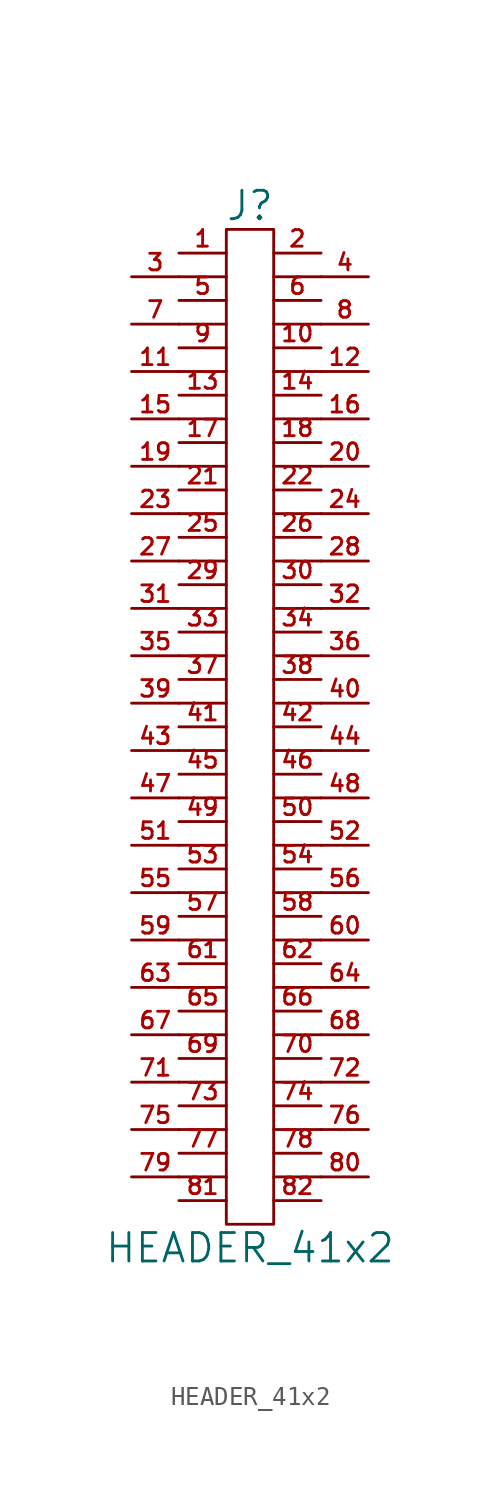
<source format=kicad_sym>
(kicad_symbol_lib
  (version 20201005)
  (generator kicad_symbol_editor)
  (symbol "HEADER_41x2"
    (pin_names
      (offset 0))
    (property "Reference" "J"
      (at 0 27.94 0)
      (effects (font (size 1.524 1.524))))
    (property "Value" "HEADER_41x2"
      (at 0 -27.94 0)
      (effects (font (size 1.524 1.524))))
    (property "Footprint" ""
      (at 0 1.27 0)
      (effects (font (size 1.524 1.524))))
    (property "Datasheet" ""
      (at 0 1.27 0)
      (effects (font (size 1.524 1.524))))
    (symbol "HEADER_41x2_0_1"
      (rectangle (start 1.27 -26.67) (end -1.27 26.67) (stroke (width 0)) (fill (type none)))
      (polyline (pts (xy -3.81 -24.13) (xy -1.27 -24.13)) (stroke (width 0)) (fill (type none)))
      (polyline (pts (xy -3.81 -21.59) (xy -1.27 -21.59)) (stroke (width 0)) (fill (type none)))
      (polyline (pts (xy -3.81 -19.05) (xy -1.27 -19.05)) (stroke (width 0)) (fill (type none)))
      (polyline (pts (xy -3.81 -16.51) (xy -1.27 -16.51)) (stroke (width 0)) (fill (type none)))
      (polyline (pts (xy -3.81 -13.97) (xy -1.27 -13.97)) (stroke (width 0)) (fill (type none)))
      (polyline (pts (xy -3.81 -11.43) (xy -1.27 -11.43)) (stroke (width 0)) (fill (type none)))
      (polyline (pts (xy -3.81 -8.89) (xy -1.27 -8.89)) (stroke (width 0)) (fill (type none)))
      (polyline (pts (xy -3.81 -6.35) (xy -1.27 -6.35)) (stroke (width 0)) (fill (type none)))
      (polyline (pts (xy -3.81 -3.81) (xy -1.27 -3.81)) (stroke (width 0)) (fill (type none)))
      (polyline (pts (xy -3.81 -1.27) (xy -1.27 -1.27)) (stroke (width 0)) (fill (type none)))
      (polyline (pts (xy -3.81 1.27) (xy -1.27 1.27)) (stroke (width 0)) (fill (type none)))
      (polyline (pts (xy -3.81 3.81) (xy -1.27 3.81)) (stroke (width 0)) (fill (type none)))
      (polyline (pts (xy -3.81 6.35) (xy -1.27 6.35)) (stroke (width 0)) (fill (type none)))
      (polyline (pts (xy -3.81 8.89) (xy -1.27 8.89)) (stroke (width 0)) (fill (type none)))
      (polyline (pts (xy -3.81 11.43) (xy -1.27 11.43)) (stroke (width 0)) (fill (type none)))
      (polyline (pts (xy -3.81 13.97) (xy -1.27 13.97)) (stroke (width 0)) (fill (type none)))
      (polyline (pts (xy -3.81 16.51) (xy -1.27 16.51)) (stroke (width 0)) (fill (type none)))
      (polyline (pts (xy -3.81 19.05) (xy -1.27 19.05)) (stroke (width 0)) (fill (type none)))
      (polyline (pts (xy -3.81 21.59) (xy -1.27 21.59)) (stroke (width 0)) (fill (type none)))
      (polyline (pts (xy -3.81 24.13) (xy -1.27 24.13)) (stroke (width 0)) (fill (type none)))
      (polyline (pts (xy 1.27 -24.13) (xy 3.81 -24.13)) (stroke (width 0)) (fill (type none)))
      (polyline (pts (xy 1.27 -21.59) (xy 3.81 -21.59)) (stroke (width 0)) (fill (type none)))
      (polyline (pts (xy 1.27 -19.05) (xy 3.81 -19.05)) (stroke (width 0)) (fill (type none)))
      (polyline (pts (xy 1.27 -16.51) (xy 3.81 -16.51)) (stroke (width 0)) (fill (type none)))
      (polyline (pts (xy 1.27 -13.97) (xy 3.81 -13.97)) (stroke (width 0)) (fill (type none)))
      (polyline (pts (xy 1.27 -11.43) (xy 3.81 -11.43)) (stroke (width 0)) (fill (type none)))
      (polyline (pts (xy 1.27 -8.89) (xy 3.81 -8.89)) (stroke (width 0)) (fill (type none)))
      (polyline (pts (xy 1.27 -6.35) (xy 3.81 -6.35)) (stroke (width 0)) (fill (type none)))
      (polyline (pts (xy 1.27 -3.81) (xy 3.81 -3.81)) (stroke (width 0)) (fill (type none)))
      (polyline (pts (xy 1.27 -1.27) (xy 3.81 -1.27)) (stroke (width 0)) (fill (type none)))
      (polyline (pts (xy 1.27 1.27) (xy 3.81 1.27)) (stroke (width 0)) (fill (type none)))
      (polyline (pts (xy 1.27 3.81) (xy 3.81 3.81)) (stroke (width 0)) (fill (type none)))
      (polyline (pts (xy 1.27 6.35) (xy 3.81 6.35)) (stroke (width 0)) (fill (type none)))
      (polyline (pts (xy 1.27 8.89) (xy 3.81 8.89)) (stroke (width 0)) (fill (type none)))
      (polyline (pts (xy 1.27 11.43) (xy 3.81 11.43)) (stroke (width 0)) (fill (type none)))
      (polyline (pts (xy 1.27 13.97) (xy 3.81 13.97)) (stroke (width 0)) (fill (type none)))
      (polyline (pts (xy 1.27 16.51) (xy 3.81 16.51)) (stroke (width 0)) (fill (type none)))
      (polyline (pts (xy 1.27 19.05) (xy 3.81 19.05)) (stroke (width 0)) (fill (type none)))
      (polyline (pts (xy 1.27 21.59) (xy 3.81 21.59)) (stroke (width 0)) (fill (type none)))
      (polyline (pts (xy 1.27 24.13) (xy 3.81 24.13)) (stroke (width 0)) (fill (type none))))
    (symbol "HEADER_41x2_1_1"
      (pin passive line (at -3.81 25.4 0) (length 2.54) (name "~" (effects (font (size 1.27 1.27)))) (number "1" (effects (font (size 0.889 0.889)))))
      (pin passive line (at 3.81 20.32 180) (length 2.54) (name "~" (effects (font (size 1.27 1.27)))) (number "10" (effects (font (size 0.889 0.889)))))
      (pin passive line (at -6.35 19.05 0) (length 2.54) (name "~" (effects (font (size 1.27 1.27)))) (number "11" (effects (font (size 0.889 0.889)))))
      (pin passive line (at 6.35 19.05 180) (length 2.54) (name "~" (effects (font (size 1.27 1.27)))) (number "12" (effects (font (size 0.889 0.889)))))
      (pin passive line (at -3.81 17.78 0) (length 2.54) (name "~" (effects (font (size 1.27 1.27)))) (number "13" (effects (font (size 0.889 0.889)))))
      (pin passive line (at 3.81 17.78 180) (length 2.54) (name "~" (effects (font (size 1.27 1.27)))) (number "14" (effects (font (size 0.889 0.889)))))
      (pin passive line (at -6.35 16.51 0) (length 2.54) (name "~" (effects (font (size 1.27 1.27)))) (number "15" (effects (font (size 0.889 0.889)))))
      (pin passive line (at 6.35 16.51 180) (length 2.54) (name "~" (effects (font (size 1.27 1.27)))) (number "16" (effects (font (size 0.889 0.889)))))
      (pin passive line (at -3.81 15.24 0) (length 2.54) (name "~" (effects (font (size 1.27 1.27)))) (number "17" (effects (font (size 0.889 0.889)))))
      (pin passive line (at 3.81 15.24 180) (length 2.54) (name "~" (effects (font (size 1.27 1.27)))) (number "18" (effects (font (size 0.889 0.889)))))
      (pin passive line (at -6.35 13.97 0) (length 2.54) (name "~" (effects (font (size 1.27 1.27)))) (number "19" (effects (font (size 0.889 0.889)))))
      (pin passive line (at 3.81 25.4 180) (length 2.54) (name "~" (effects (font (size 1.27 1.27)))) (number "2" (effects (font (size 0.889 0.889)))))
      (pin passive line (at 6.35 13.97 180) (length 2.54) (name "~" (effects (font (size 1.27 1.27)))) (number "20" (effects (font (size 0.889 0.889)))))
      (pin passive line (at -3.81 12.7 0) (length 2.54) (name "~" (effects (font (size 1.27 1.27)))) (number "21" (effects (font (size 0.889 0.889)))))
      (pin passive line (at 3.81 12.7 180) (length 2.54) (name "~" (effects (font (size 1.27 1.27)))) (number "22" (effects (font (size 0.889 0.889)))))
      (pin passive line (at -6.35 11.43 0) (length 2.54) (name "~" (effects (font (size 1.27 1.27)))) (number "23" (effects (font (size 0.889 0.889)))))
      (pin passive line (at 6.35 11.43 180) (length 2.54) (name "~" (effects (font (size 1.27 1.27)))) (number "24" (effects (font (size 0.889 0.889)))))
      (pin passive line (at -3.81 10.16 0) (length 2.54) (name "~" (effects (font (size 1.27 1.27)))) (number "25" (effects (font (size 0.889 0.889)))))
      (pin passive line (at 3.81 10.16 180) (length 2.54) (name "~" (effects (font (size 1.27 1.27)))) (number "26" (effects (font (size 0.889 0.889)))))
      (pin passive line (at -6.35 8.89 0) (length 2.54) (name "~" (effects (font (size 1.27 1.27)))) (number "27" (effects (font (size 0.889 0.889)))))
      (pin passive line (at 6.35 8.89 180) (length 2.54) (name "~" (effects (font (size 1.27 1.27)))) (number "28" (effects (font (size 0.889 0.889)))))
      (pin passive line (at -3.81 7.62 0) (length 2.54) (name "~" (effects (font (size 1.27 1.27)))) (number "29" (effects (font (size 0.889 0.889)))))
      (pin passive line (at -6.35 24.13 0) (length 2.54) (name "~" (effects (font (size 1.27 1.27)))) (number "3" (effects (font (size 0.889 0.889)))))
      (pin passive line (at 3.81 7.62 180) (length 2.54) (name "~" (effects (font (size 1.27 1.27)))) (number "30" (effects (font (size 0.889 0.889)))))
      (pin passive line (at -6.35 6.35 0) (length 2.54) (name "~" (effects (font (size 1.27 1.27)))) (number "31" (effects (font (size 0.889 0.889)))))
      (pin passive line (at 6.35 6.35 180) (length 2.54) (name "~" (effects (font (size 1.27 1.27)))) (number "32" (effects (font (size 0.889 0.889)))))
      (pin passive line (at -3.81 5.08 0) (length 2.54) (name "~" (effects (font (size 1.27 1.27)))) (number "33" (effects (font (size 0.889 0.889)))))
      (pin passive line (at 3.81 5.08 180) (length 2.54) (name "~" (effects (font (size 1.27 1.27)))) (number "34" (effects (font (size 0.889 0.889)))))
      (pin passive line (at -6.35 3.81 0) (length 2.54) (name "~" (effects (font (size 1.27 1.27)))) (number "35" (effects (font (size 0.889 0.889)))))
      (pin passive line (at 6.35 3.81 180) (length 2.54) (name "~" (effects (font (size 1.27 1.27)))) (number "36" (effects (font (size 0.889 0.889)))))
      (pin passive line (at -3.81 2.54 0) (length 2.54) (name "~" (effects (font (size 0.889 0.889)))) (number "37" (effects (font (size 0.889 0.889)))))
      (pin passive line (at 3.81 2.54 180) (length 2.54) (name "~" (effects (font (size 1.27 1.27)))) (number "38" (effects (font (size 0.889 0.889)))))
      (pin passive line (at -6.35 1.27 0) (length 2.54) (name "~" (effects (font (size 1.27 1.27)))) (number "39" (effects (font (size 0.889 0.889)))))
      (pin passive line (at 6.35 24.13 180) (length 2.54) (name "~" (effects (font (size 1.27 1.27)))) (number "4" (effects (font (size 0.889 0.889)))))
      (pin passive line (at 6.35 1.27 180) (length 2.54) (name "~" (effects (font (size 1.27 1.27)))) (number "40" (effects (font (size 0.889 0.889)))))
      (pin passive line (at -3.81 0 0) (length 2.54) (name "~" (effects (font (size 1.27 1.27)))) (number "41" (effects (font (size 0.889 0.889)))))
      (pin passive line (at 3.81 0 180) (length 2.54) (name "~" (effects (font (size 1.27 1.27)))) (number "42" (effects (font (size 0.889 0.889)))))
      (pin passive line (at -6.35 -1.27 0) (length 2.54) (name "~" (effects (font (size 1.27 1.27)))) (number "43" (effects (font (size 0.889 0.889)))))
      (pin passive line (at 6.35 -1.27 180) (length 2.54) (name "~" (effects (font (size 1.27 1.27)))) (number "44" (effects (font (size 0.889 0.889)))))
      (pin passive line (at -3.81 -2.54 0) (length 2.54) (name "~" (effects (font (size 1.27 1.27)))) (number "45" (effects (font (size 0.889 0.889)))))
      (pin passive line (at 3.81 -2.54 180) (length 2.54) (name "~" (effects (font (size 1.27 1.27)))) (number "46" (effects (font (size 0.889 0.889)))))
      (pin passive line (at -6.35 -3.81 0) (length 2.54) (name "~" (effects (font (size 1.27 1.27)))) (number "47" (effects (font (size 0.889 0.889)))))
      (pin passive line (at 6.35 -3.81 180) (length 2.54) (name "~" (effects (font (size 1.27 1.27)))) (number "48" (effects (font (size 0.889 0.889)))))
      (pin passive line (at -3.81 -5.08 0) (length 2.54) (name "~" (effects (font (size 1.27 1.27)))) (number "49" (effects (font (size 0.889 0.889)))))
      (pin passive line (at -3.81 22.86 0) (length 2.54) (name "~" (effects (font (size 1.27 1.27)))) (number "5" (effects (font (size 0.889 0.889)))))
      (pin passive line (at 3.81 -5.08 180) (length 2.54) (name "~" (effects (font (size 1.27 1.27)))) (number "50" (effects (font (size 0.889 0.889)))))
      (pin passive line (at -6.35 -6.35 0) (length 2.54) (name "~" (effects (font (size 1.27 1.27)))) (number "51" (effects (font (size 0.889 0.889)))))
      (pin passive line (at 6.35 -6.35 180) (length 2.54) (name "~" (effects (font (size 1.27 1.27)))) (number "52" (effects (font (size 0.889 0.889)))))
      (pin passive line (at -3.81 -7.62 0) (length 2.54) (name "~" (effects (font (size 1.27 1.27)))) (number "53" (effects (font (size 0.889 0.889)))))
      (pin passive line (at 3.81 -7.62 180) (length 2.54) (name "~" (effects (font (size 1.27 1.27)))) (number "54" (effects (font (size 0.889 0.889)))))
      (pin passive line (at -6.35 -8.89 0) (length 2.54) (name "~" (effects (font (size 1.27 1.27)))) (number "55" (effects (font (size 0.889 0.889)))))
      (pin passive line (at 6.35 -8.89 180) (length 2.54) (name "~" (effects (font (size 1.27 1.27)))) (number "56" (effects (font (size 0.889 0.889)))))
      (pin passive line (at -3.81 -10.16 0) (length 2.54) (name "~" (effects (font (size 1.27 1.27)))) (number "57" (effects (font (size 0.889 0.889)))))
      (pin passive line (at 3.81 -10.16 180) (length 2.54) (name "~" (effects (font (size 1.27 1.27)))) (number "58" (effects (font (size 0.889 0.889)))))
      (pin passive line (at -6.35 -11.43 0) (length 2.54) (name "~" (effects (font (size 1.27 1.27)))) (number "59" (effects (font (size 0.889 0.889)))))
      (pin passive line (at 3.81 22.86 180) (length 2.54) (name "~" (effects (font (size 1.27 1.27)))) (number "6" (effects (font (size 0.889 0.889)))))
      (pin passive line (at 6.35 -11.43 180) (length 2.54) (name "~" (effects (font (size 1.27 1.27)))) (number "60" (effects (font (size 0.889 0.889)))))
      (pin passive line (at -3.81 -12.7 0) (length 2.54) (name "~" (effects (font (size 1.27 1.27)))) (number "61" (effects (font (size 0.889 0.889)))))
      (pin passive line (at 3.81 -12.7 180) (length 2.54) (name "~" (effects (font (size 1.27 1.27)))) (number "62" (effects (font (size 0.889 0.889)))))
      (pin passive line (at -6.35 -13.97 0) (length 2.54) (name "~" (effects (font (size 1.27 1.27)))) (number "63" (effects (font (size 0.889 0.889)))))
      (pin passive line (at 6.35 -13.97 180) (length 2.54) (name "~" (effects (font (size 1.27 1.27)))) (number "64" (effects (font (size 0.889 0.889)))))
      (pin passive line (at -3.81 -15.24 0) (length 2.54) (name "~" (effects (font (size 1.27 1.27)))) (number "65" (effects (font (size 0.889 0.889)))))
      (pin passive line (at 3.81 -15.24 180) (length 2.54) (name "~" (effects (font (size 1.27 1.27)))) (number "66" (effects (font (size 0.889 0.889)))))
      (pin passive line (at -6.35 -16.51 0) (length 2.54) (name "~" (effects (font (size 1.27 1.27)))) (number "67" (effects (font (size 0.889 0.889)))))
      (pin passive line (at 6.35 -16.51 180) (length 2.54) (name "~" (effects (font (size 1.27 1.27)))) (number "68" (effects (font (size 0.889 0.889)))))
      (pin passive line (at -3.81 -17.78 0) (length 2.54) (name "~" (effects (font (size 1.27 1.27)))) (number "69" (effects (font (size 0.889 0.889)))))
      (pin passive line (at -6.35 21.59 0) (length 2.54) (name "~" (effects (font (size 1.27 1.27)))) (number "7" (effects (font (size 0.889 0.889)))))
      (pin passive line (at 3.81 -17.78 180) (length 2.54) (name "~" (effects (font (size 1.27 1.27)))) (number "70" (effects (font (size 0.889 0.889)))))
      (pin passive line (at -6.35 -19.05 0) (length 2.54) (name "~" (effects (font (size 1.27 1.27)))) (number "71" (effects (font (size 0.889 0.889)))))
      (pin passive line (at 6.35 -19.05 180) (length 2.54) (name "~" (effects (font (size 1.27 1.27)))) (number "72" (effects (font (size 0.889 0.889)))))
      (pin passive line (at -3.81 -20.32 0) (length 2.54) (name "~" (effects (font (size 1.27 1.27)))) (number "73" (effects (font (size 0.889 0.889)))))
      (pin passive line (at 3.81 -20.32 180) (length 2.54) (name "~" (effects (font (size 1.27 1.27)))) (number "74" (effects (font (size 0.889 0.889)))))
      (pin passive line (at -6.35 -21.59 0) (length 2.54) (name "~" (effects (font (size 1.27 1.27)))) (number "75" (effects (font (size 0.889 0.889)))))
      (pin passive line (at 6.35 -21.59 180) (length 2.54) (name "~" (effects (font (size 1.27 1.27)))) (number "76" (effects (font (size 0.889 0.889)))))
      (pin passive line (at -3.81 -22.86 0) (length 2.54) (name "~" (effects (font (size 1.27 1.27)))) (number "77" (effects (font (size 0.889 0.889)))))
      (pin passive line (at 3.81 -22.86 180) (length 2.54) (name "~" (effects (font (size 1.27 1.27)))) (number "78" (effects (font (size 0.889 0.889)))))
      (pin passive line (at -6.35 -24.13 0) (length 2.54) (name "~" (effects (font (size 1.27 1.27)))) (number "79" (effects (font (size 0.889 0.889)))))
      (pin passive line (at 6.35 21.59 180) (length 2.54) (name "~" (effects (font (size 1.27 1.27)))) (number "8" (effects (font (size 0.889 0.889)))))
      (pin passive line (at 6.35 -24.13 180) (length 2.54) (name "~" (effects (font (size 1.27 1.27)))) (number "80" (effects (font (size 0.889 0.889)))))
      (pin passive line (at -3.81 -25.4 0) (length 2.54) (name "~" (effects (font (size 1.27 1.27)))) (number "81" (effects (font (size 0.889 0.889)))))
      (pin passive line (at 3.81 -25.4 180) (length 2.54) (name "~" (effects (font (size 1.27 1.27)))) (number "82" (effects (font (size 0.889 0.889)))))
      (pin passive line (at -3.81 20.32 0) (length 2.54) (name "~" (effects (font (size 1.27 1.27)))) (number "9" (effects (font (size 0.889 0.889))))))))
</source>
